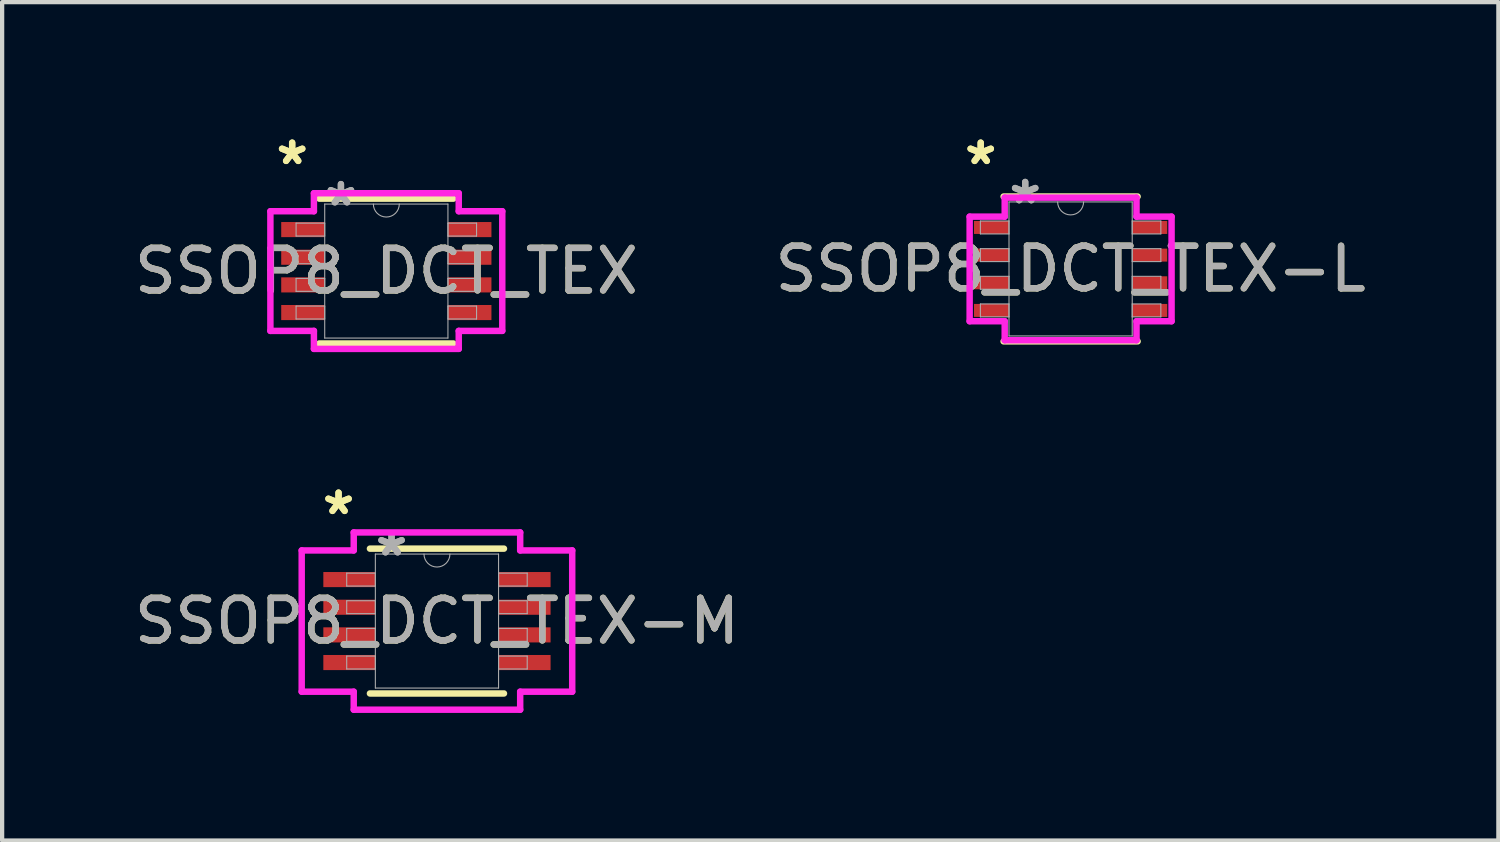
<source format=kicad_pcb>
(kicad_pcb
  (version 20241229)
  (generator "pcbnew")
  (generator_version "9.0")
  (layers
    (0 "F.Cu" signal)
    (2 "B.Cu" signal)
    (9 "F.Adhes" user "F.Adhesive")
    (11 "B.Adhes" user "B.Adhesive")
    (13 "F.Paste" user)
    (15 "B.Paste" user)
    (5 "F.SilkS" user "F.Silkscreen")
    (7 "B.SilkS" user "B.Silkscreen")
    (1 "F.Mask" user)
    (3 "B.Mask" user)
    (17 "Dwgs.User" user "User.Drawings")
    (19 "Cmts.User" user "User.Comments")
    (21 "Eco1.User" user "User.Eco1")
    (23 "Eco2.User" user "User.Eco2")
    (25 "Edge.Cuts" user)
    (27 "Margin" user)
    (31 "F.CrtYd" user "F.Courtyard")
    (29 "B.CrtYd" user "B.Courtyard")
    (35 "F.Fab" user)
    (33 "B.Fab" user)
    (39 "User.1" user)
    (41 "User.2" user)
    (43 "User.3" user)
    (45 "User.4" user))
  (footprint "SSOP8_DCT_TEX-L"
    (layer "F.Cu")
    (at 22.113 3.271)
    (property "Reference" "SSOP8_DCT_TEX-L" (at 0 0 0) (unlocked yes) (layer "F.SilkS") (effects (font (size 1 1) (thickness 0.15))))
    (attr smd)
    (fp_line (start -1.575 1.702) (end 1.575 1.702) (stroke (width 0.152) (type solid)) (layer "F.SilkS"))
    (fp_line (start 1.575 -1.702) (end -1.575 -1.702) (stroke (width 0.152) (type solid)) (layer "F.SilkS"))
    (fp_line (start -2.373 -1.229) (end -1.549 -1.229) (stroke (width 0.152) (type solid)) (layer "F.CrtYd"))
    (fp_line (start -2.373 1.229) (end -2.373 -1.229) (stroke (width 0.152) (type solid)) (layer "F.CrtYd"))
    (fp_line (start -2.373 1.229) (end -1.549 1.229) (stroke (width 0.152) (type solid)) (layer "F.CrtYd"))
    (fp_line (start -1.549 -1.676) (end 1.549 -1.676) (stroke (width 0.152) (type solid)) (layer "F.CrtYd"))
    (fp_line (start -1.549 -1.229) (end -1.549 -1.676) (stroke (width 0.152) (type solid)) (layer "F.CrtYd"))
    (fp_line (start -1.549 1.676) (end -1.549 1.229) (stroke (width 0.152) (type solid)) (layer "F.CrtYd"))
    (fp_line (start 1.549 -1.676) (end 1.549 -1.229) (stroke (width 0.152) (type solid)) (layer "F.CrtYd"))
    (fp_line (start 1.549 1.229) (end 1.549 1.676) (stroke (width 0.152) (type solid)) (layer "F.CrtYd"))
    (fp_line (start 1.549 1.676) (end -1.549 1.676) (stroke (width 0.152) (type solid)) (layer "F.CrtYd"))
    (fp_line (start 2.373 -1.229) (end 1.549 -1.229) (stroke (width 0.152) (type solid)) (layer "F.CrtYd"))
    (fp_line (start 2.373 -1.229) (end 2.373 1.229) (stroke (width 0.152) (type solid)) (layer "F.CrtYd"))
    (fp_line (start 2.373 1.229) (end 1.549 1.229) (stroke (width 0.152) (type solid)) (layer "F.CrtYd"))
    (fp_line (start -2.121 -1.127) (end -2.121 -0.823) (stroke (width 0.025) (type solid)) (layer "F.Fab"))
    (fp_line (start -2.121 -0.823) (end -1.448 -0.823) (stroke (width 0.025) (type solid)) (layer "F.Fab"))
    (fp_line (start -2.121 -0.477) (end -2.121 -0.173) (stroke (width 0.025) (type solid)) (layer "F.Fab"))
    (fp_line (start -2.121 -0.173) (end -1.448 -0.173) (stroke (width 0.025) (type solid)) (layer "F.Fab"))
    (fp_line (start -2.121 0.173) (end -2.121 0.477) (stroke (width 0.025) (type solid)) (layer "F.Fab"))
    (fp_line (start -2.121 0.477) (end -1.448 0.477) (stroke (width 0.025) (type solid)) (layer "F.Fab"))
    (fp_line (start -2.121 0.823) (end -2.121 1.127) (stroke (width 0.025) (type solid)) (layer "F.Fab"))
    (fp_line (start -2.121 1.127) (end -1.448 1.127) (stroke (width 0.025) (type solid)) (layer "F.Fab"))
    (fp_line (start -1.448 -1.575) (end -1.448 1.575) (stroke (width 0.025) (type solid)) (layer "F.Fab"))
    (fp_line (start -1.448 -1.127) (end -2.121 -1.127) (stroke (width 0.025) (type solid)) (layer "F.Fab"))
    (fp_line (start -1.448 -0.823) (end -1.448 -1.127) (stroke (width 0.025) (type solid)) (layer "F.Fab"))
    (fp_line (start -1.448 -0.477) (end -2.121 -0.477) (stroke (width 0.025) (type solid)) (layer "F.Fab"))
    (fp_line (start -1.448 -0.173) (end -1.448 -0.477) (stroke (width 0.025) (type solid)) (layer "F.Fab"))
    (fp_line (start -1.448 0.173) (end -2.121 0.173) (stroke (width 0.025) (type solid)) (layer "F.Fab"))
    (fp_line (start -1.448 0.477) (end -1.448 0.173) (stroke (width 0.025) (type solid)) (layer "F.Fab"))
    (fp_line (start -1.448 0.823) (end -2.121 0.823) (stroke (width 0.025) (type solid)) (layer "F.Fab"))
    (fp_line (start -1.448 1.127) (end -1.448 0.823) (stroke (width 0.025) (type solid)) (layer "F.Fab"))
    (fp_line (start -1.448 1.575) (end 1.448 1.575) (stroke (width 0.025) (type solid)) (layer "F.Fab"))
    (fp_line (start 1.448 -1.575) (end -1.448 -1.575) (stroke (width 0.025) (type solid)) (layer "F.Fab"))
    (fp_line (start 1.448 -1.127) (end 1.448 -0.823) (stroke (width 0.025) (type solid)) (layer "F.Fab"))
    (fp_line (start 1.448 -0.823) (end 2.121 -0.823) (stroke (width 0.025) (type solid)) (layer "F.Fab"))
    (fp_line (start 1.448 -0.477) (end 1.448 -0.173) (stroke (width 0.025) (type solid)) (layer "F.Fab"))
    (fp_line (start 1.448 -0.173) (end 2.121 -0.173) (stroke (width 0.025) (type solid)) (layer "F.Fab"))
    (fp_line (start 1.448 0.173) (end 1.448 0.477) (stroke (width 0.025) (type solid)) (layer "F.Fab"))
    (fp_line (start 1.448 0.477) (end 2.121 0.477) (stroke (width 0.025) (type solid)) (layer "F.Fab"))
    (fp_line (start 1.448 0.823) (end 1.448 1.127) (stroke (width 0.025) (type solid)) (layer "F.Fab"))
    (fp_line (start 1.448 1.127) (end 2.121 1.127) (stroke (width 0.025) (type solid)) (layer "F.Fab"))
    (fp_line (start 1.448 1.575) (end 1.448 -1.575) (stroke (width 0.025) (type solid)) (layer "F.Fab"))
    (fp_line (start 2.121 -1.127) (end 1.448 -1.127) (stroke (width 0.025) (type solid)) (layer "F.Fab"))
    (fp_line (start 2.121 -0.823) (end 2.121 -1.127) (stroke (width 0.025) (type solid)) (layer "F.Fab"))
    (fp_line (start 2.121 -0.477) (end 1.448 -0.477) (stroke (width 0.025) (type solid)) (layer "F.Fab"))
    (fp_line (start 2.121 -0.173) (end 2.121 -0.477) (stroke (width 0.025) (type solid)) (layer "F.Fab"))
    (fp_line (start 2.121 0.173) (end 1.448 0.173) (stroke (width 0.025) (type solid)) (layer "F.Fab"))
    (fp_line (start 2.121 0.477) (end 2.121 0.173) (stroke (width 0.025) (type solid)) (layer "F.Fab"))
    (fp_line (start 2.121 0.823) (end 1.448 0.823) (stroke (width 0.025) (type solid)) (layer "F.Fab"))
    (fp_line (start 2.121 1.127) (end 2.121 0.823) (stroke (width 0.025) (type solid)) (layer "F.Fab"))
    (fp_arc (start 0.3048 -1.5748) (mid 0 -1.27) (end -0.3048 -1.5748) (stroke (width 0.0254) (type solid)) (layer "F.Fab"))
    (fp_text user "*" (at -2.113 -2.423 0) (unlocked yes) (layer "F.SilkS") (effects (font (size 1 1) (thickness 0.15))))
    (fp_text user "*" (at -2.113 -2.423 0) (layer "F.SilkS") (effects (font (size 1 1) (thickness 0.15))))
    (fp_text user "${REFERENCE}" (at 0 0 0) (unlocked yes) (layer "F.Fab") (effects (font (size 1 1) (thickness 0.15))))
    (fp_text user "*" (at -1.067 -1.499 0) (unlocked yes) (layer "F.Fab") (effects (font (size 1 1) (thickness 0.15))))
    (fp_text user "*" (at -1.067 -1.499 0) (layer "F.Fab") (effects (font (size 1 1) (thickness 0.15))))
    (pad "1" smd rect (at -1.859 -0.975) (size 0.823 0.305) (layers "F.Cu" "F.Mask" "F.Paste"))
    (pad "2" smd rect (at -1.859 -0.325) (size 0.823 0.305) (layers "F.Cu" "F.Mask" "F.Paste"))
    (pad "3" smd rect (at -1.859 0.325) (size 0.823 0.305) (layers "F.Cu" "F.Mask" "F.Paste"))
    (pad "4" smd rect (at -1.859 0.975) (size 0.823 0.305) (layers "F.Cu" "F.Mask" "F.Paste"))
    (pad "5" smd rect (at 1.859 0.975) (size 0.823 0.305) (layers "F.Cu" "F.Mask" "F.Paste"))
    (pad "6" smd rect (at 1.859 0.325) (size 0.823 0.305) (layers "F.Cu" "F.Mask" "F.Paste"))
    (pad "7" smd rect (at 1.859 -0.325) (size 0.823 0.305) (layers "F.Cu" "F.Mask" "F.Paste"))
    (pad "8" smd rect (at 1.859 -0.975) (size 0.823 0.305) (layers "F.Cu" "F.Mask" "F.Paste")))
  (footprint "SSOP8_DCT_TEX-M"
    (layer "F.Cu")
    (at 7.22 11.547)
    (property "Reference" "SSOP8_DCT_TEX-M" (at 0 0 0) (unlocked yes) (layer "F.SilkS") (effects (font (size 1 1) (thickness 0.15))))
    (attr smd)
    (fp_line (start -1.575 1.702) (end 1.575 1.702) (stroke (width 0.152) (type solid)) (layer "F.SilkS"))
    (fp_line (start 1.575 -1.702) (end -1.575 -1.702) (stroke (width 0.152) (type solid)) (layer "F.SilkS"))
    (fp_line (start -3.179 -1.66) (end -1.956 -1.66) (stroke (width 0.152) (type solid)) (layer "F.CrtYd"))
    (fp_line (start -3.179 1.66) (end -3.179 -1.66) (stroke (width 0.152) (type solid)) (layer "F.CrtYd"))
    (fp_line (start -3.179 1.66) (end -1.956 1.66) (stroke (width 0.152) (type solid)) (layer "F.CrtYd"))
    (fp_line (start -1.956 -2.083) (end 1.956 -2.083) (stroke (width 0.152) (type solid)) (layer "F.CrtYd"))
    (fp_line (start -1.956 -1.66) (end -1.956 -2.083) (stroke (width 0.152) (type solid)) (layer "F.CrtYd"))
    (fp_line (start -1.956 2.083) (end -1.956 1.66) (stroke (width 0.152) (type solid)) (layer "F.CrtYd"))
    (fp_line (start 1.956 -2.083) (end 1.956 -1.66) (stroke (width 0.152) (type solid)) (layer "F.CrtYd"))
    (fp_line (start 1.956 1.66) (end 1.956 2.083) (stroke (width 0.152) (type solid)) (layer "F.CrtYd"))
    (fp_line (start 1.956 2.083) (end -1.956 2.083) (stroke (width 0.152) (type solid)) (layer "F.CrtYd"))
    (fp_line (start 3.179 -1.66) (end 1.956 -1.66) (stroke (width 0.152) (type solid)) (layer "F.CrtYd"))
    (fp_line (start 3.179 -1.66) (end 3.179 1.66) (stroke (width 0.152) (type solid)) (layer "F.CrtYd"))
    (fp_line (start 3.179 1.66) (end 1.956 1.66) (stroke (width 0.152) (type solid)) (layer "F.CrtYd"))
    (fp_line (start -2.121 -1.127) (end -2.121 -0.823) (stroke (width 0.025) (type solid)) (layer "F.Fab"))
    (fp_line (start -2.121 -0.823) (end -1.448 -0.823) (stroke (width 0.025) (type solid)) (layer "F.Fab"))
    (fp_line (start -2.121 -0.477) (end -2.121 -0.173) (stroke (width 0.025) (type solid)) (layer "F.Fab"))
    (fp_line (start -2.121 -0.173) (end -1.448 -0.173) (stroke (width 0.025) (type solid)) (layer "F.Fab"))
    (fp_line (start -2.121 0.173) (end -2.121 0.477) (stroke (width 0.025) (type solid)) (layer "F.Fab"))
    (fp_line (start -2.121 0.477) (end -1.448 0.477) (stroke (width 0.025) (type solid)) (layer "F.Fab"))
    (fp_line (start -2.121 0.823) (end -2.121 1.127) (stroke (width 0.025) (type solid)) (layer "F.Fab"))
    (fp_line (start -2.121 1.127) (end -1.448 1.127) (stroke (width 0.025) (type solid)) (layer "F.Fab"))
    (fp_line (start -1.448 -1.575) (end -1.448 1.575) (stroke (width 0.025) (type solid)) (layer "F.Fab"))
    (fp_line (start -1.448 -1.127) (end -2.121 -1.127) (stroke (width 0.025) (type solid)) (layer "F.Fab"))
    (fp_line (start -1.448 -0.823) (end -1.448 -1.127) (stroke (width 0.025) (type solid)) (layer "F.Fab"))
    (fp_line (start -1.448 -0.477) (end -2.121 -0.477) (stroke (width 0.025) (type solid)) (layer "F.Fab"))
    (fp_line (start -1.448 -0.173) (end -1.448 -0.477) (stroke (width 0.025) (type solid)) (layer "F.Fab"))
    (fp_line (start -1.448 0.173) (end -2.121 0.173) (stroke (width 0.025) (type solid)) (layer "F.Fab"))
    (fp_line (start -1.448 0.477) (end -1.448 0.173) (stroke (width 0.025) (type solid)) (layer "F.Fab"))
    (fp_line (start -1.448 0.823) (end -2.121 0.823) (stroke (width 0.025) (type solid)) (layer "F.Fab"))
    (fp_line (start -1.448 1.127) (end -1.448 0.823) (stroke (width 0.025) (type solid)) (layer "F.Fab"))
    (fp_line (start -1.448 1.575) (end 1.448 1.575) (stroke (width 0.025) (type solid)) (layer "F.Fab"))
    (fp_line (start 1.448 -1.575) (end -1.448 -1.575) (stroke (width 0.025) (type solid)) (layer "F.Fab"))
    (fp_line (start 1.448 -1.127) (end 1.448 -0.823) (stroke (width 0.025) (type solid)) (layer "F.Fab"))
    (fp_line (start 1.448 -0.823) (end 2.121 -0.823) (stroke (width 0.025) (type solid)) (layer "F.Fab"))
    (fp_line (start 1.448 -0.477) (end 1.448 -0.173) (stroke (width 0.025) (type solid)) (layer "F.Fab"))
    (fp_line (start 1.448 -0.173) (end 2.121 -0.173) (stroke (width 0.025) (type solid)) (layer "F.Fab"))
    (fp_line (start 1.448 0.173) (end 1.448 0.477) (stroke (width 0.025) (type solid)) (layer "F.Fab"))
    (fp_line (start 1.448 0.477) (end 2.121 0.477) (stroke (width 0.025) (type solid)) (layer "F.Fab"))
    (fp_line (start 1.448 0.823) (end 1.448 1.127) (stroke (width 0.025) (type solid)) (layer "F.Fab"))
    (fp_line (start 1.448 1.127) (end 2.121 1.127) (stroke (width 0.025) (type solid)) (layer "F.Fab"))
    (fp_line (start 1.448 1.575) (end 1.448 -1.575) (stroke (width 0.025) (type solid)) (layer "F.Fab"))
    (fp_line (start 2.121 -1.127) (end 1.448 -1.127) (stroke (width 0.025) (type solid)) (layer "F.Fab"))
    (fp_line (start 2.121 -0.823) (end 2.121 -1.127) (stroke (width 0.025) (type solid)) (layer "F.Fab"))
    (fp_line (start 2.121 -0.477) (end 1.448 -0.477) (stroke (width 0.025) (type solid)) (layer "F.Fab"))
    (fp_line (start 2.121 -0.173) (end 2.121 -0.477) (stroke (width 0.025) (type solid)) (layer "F.Fab"))
    (fp_line (start 2.121 0.173) (end 1.448 0.173) (stroke (width 0.025) (type solid)) (layer "F.Fab"))
    (fp_line (start 2.121 0.477) (end 2.121 0.173) (stroke (width 0.025) (type solid)) (layer "F.Fab"))
    (fp_line (start 2.121 0.823) (end 1.448 0.823) (stroke (width 0.025) (type solid)) (layer "F.Fab"))
    (fp_line (start 2.121 1.127) (end 2.121 0.823) (stroke (width 0.025) (type solid)) (layer "F.Fab"))
    (fp_arc (start 0.3048 -1.5748) (mid 0 -1.27) (end -0.3048 -1.5748) (stroke (width 0.0254) (type solid)) (layer "F.Fab"))
    (fp_text user "*" (at -2.313 -2.473 0) (layer "F.SilkS") (effects (font (size 1 1) (thickness 0.15))))
    (fp_text user "*" (at -2.313 -2.473 0) (unlocked yes) (layer "F.SilkS") (effects (font (size 1 1) (thickness 0.15))))
    (fp_text user "${REFERENCE}" (at 0 0 0) (unlocked yes) (layer "F.Fab") (effects (font (size 1 1) (thickness 0.15))))
    (fp_text user "*" (at -1.067 -1.499 0) (unlocked yes) (layer "F.Fab") (effects (font (size 1 1) (thickness 0.15))))
    (fp_text user "*" (at -1.067 -1.499 0) (layer "F.Fab") (effects (font (size 1 1) (thickness 0.15))))
    (pad "1" smd rect (at -2.059 -0.975) (size 1.223 0.355) (layers "F.Cu" "F.Mask" "F.Paste"))
    (pad "2" smd rect (at -2.059 -0.325) (size 1.223 0.355) (layers "F.Cu" "F.Mask" "F.Paste"))
    (pad "3" smd rect (at -2.059 0.325) (size 1.223 0.355) (layers "F.Cu" "F.Mask" "F.Paste"))
    (pad "4" smd rect (at -2.059 0.975) (size 1.223 0.355) (layers "F.Cu" "F.Mask" "F.Paste"))
    (pad "5" smd rect (at 2.059 0.975) (size 1.223 0.355) (layers "F.Cu" "F.Mask" "F.Paste"))
    (pad "6" smd rect (at 2.059 0.325) (size 1.223 0.355) (layers "F.Cu" "F.Mask" "F.Paste"))
    (pad "7" smd rect (at 2.059 -0.325) (size 1.223 0.355) (layers "F.Cu" "F.Mask" "F.Paste"))
    (pad "8" smd rect (at 2.059 -0.975) (size 1.223 0.355) (layers "F.Cu" "F.Mask" "F.Paste")))
  (footprint "SSOP8_DCT_TEX"
    (layer "F.Cu")
    (at 6.03 3.321)
    (property "Reference" "SSOP8_DCT_TEX" (at 0 0 0) (unlocked yes) (layer "F.SilkS") (effects (font (size 1 1) (thickness 0.15))))
    (attr smd)
    (fp_line (start -1.575 1.702) (end 1.575 1.702) (stroke (width 0.152) (type solid)) (layer "F.SilkS"))
    (fp_line (start 1.575 -1.702) (end -1.575 -1.702) (stroke (width 0.152) (type solid)) (layer "F.SilkS"))
    (fp_line (start -2.725 -1.406) (end -1.702 -1.406) (stroke (width 0.152) (type solid)) (layer "F.CrtYd"))
    (fp_line (start -2.725 1.406) (end -2.725 -1.406) (stroke (width 0.152) (type solid)) (layer "F.CrtYd"))
    (fp_line (start -2.725 1.406) (end -1.702 1.406) (stroke (width 0.152) (type solid)) (layer "F.CrtYd"))
    (fp_line (start -1.702 -1.829) (end 1.702 -1.829) (stroke (width 0.152) (type solid)) (layer "F.CrtYd"))
    (fp_line (start -1.702 -1.406) (end -1.702 -1.829) (stroke (width 0.152) (type solid)) (layer "F.CrtYd"))
    (fp_line (start -1.702 1.829) (end -1.702 1.406) (stroke (width 0.152) (type solid)) (layer "F.CrtYd"))
    (fp_line (start 1.702 -1.829) (end 1.702 -1.406) (stroke (width 0.152) (type solid)) (layer "F.CrtYd"))
    (fp_line (start 1.702 1.406) (end 1.702 1.829) (stroke (width 0.152) (type solid)) (layer "F.CrtYd"))
    (fp_line (start 1.702 1.829) (end -1.702 1.829) (stroke (width 0.152) (type solid)) (layer "F.CrtYd"))
    (fp_line (start 2.725 -1.406) (end 1.702 -1.406) (stroke (width 0.152) (type solid)) (layer "F.CrtYd"))
    (fp_line (start 2.725 -1.406) (end 2.725 1.406) (stroke (width 0.152) (type solid)) (layer "F.CrtYd"))
    (fp_line (start 2.725 1.406) (end 1.702 1.406) (stroke (width 0.152) (type solid)) (layer "F.CrtYd"))
    (fp_line (start -2.121 -1.127) (end -2.121 -0.823) (stroke (width 0.025) (type solid)) (layer "F.Fab"))
    (fp_line (start -2.121 -0.823) (end -1.448 -0.823) (stroke (width 0.025) (type solid)) (layer "F.Fab"))
    (fp_line (start -2.121 -0.477) (end -2.121 -0.173) (stroke (width 0.025) (type solid)) (layer "F.Fab"))
    (fp_line (start -2.121 -0.173) (end -1.448 -0.173) (stroke (width 0.025) (type solid)) (layer "F.Fab"))
    (fp_line (start -2.121 0.173) (end -2.121 0.477) (stroke (width 0.025) (type solid)) (layer "F.Fab"))
    (fp_line (start -2.121 0.477) (end -1.448 0.477) (stroke (width 0.025) (type solid)) (layer "F.Fab"))
    (fp_line (start -2.121 0.823) (end -2.121 1.127) (stroke (width 0.025) (type solid)) (layer "F.Fab"))
    (fp_line (start -2.121 1.127) (end -1.448 1.127) (stroke (width 0.025) (type solid)) (layer "F.Fab"))
    (fp_line (start -1.448 -1.575) (end -1.448 1.575) (stroke (width 0.025) (type solid)) (layer "F.Fab"))
    (fp_line (start -1.448 -1.127) (end -2.121 -1.127) (stroke (width 0.025) (type solid)) (layer "F.Fab"))
    (fp_line (start -1.448 -0.823) (end -1.448 -1.127) (stroke (width 0.025) (type solid)) (layer "F.Fab"))
    (fp_line (start -1.448 -0.477) (end -2.121 -0.477) (stroke (width 0.025) (type solid)) (layer "F.Fab"))
    (fp_line (start -1.448 -0.173) (end -1.448 -0.477) (stroke (width 0.025) (type solid)) (layer "F.Fab"))
    (fp_line (start -1.448 0.173) (end -2.121 0.173) (stroke (width 0.025) (type solid)) (layer "F.Fab"))
    (fp_line (start -1.448 0.477) (end -1.448 0.173) (stroke (width 0.025) (type solid)) (layer "F.Fab"))
    (fp_line (start -1.448 0.823) (end -2.121 0.823) (stroke (width 0.025) (type solid)) (layer "F.Fab"))
    (fp_line (start -1.448 1.127) (end -1.448 0.823) (stroke (width 0.025) (type solid)) (layer "F.Fab"))
    (fp_line (start -1.448 1.575) (end 1.448 1.575) (stroke (width 0.025) (type solid)) (layer "F.Fab"))
    (fp_line (start 1.448 -1.575) (end -1.448 -1.575) (stroke (width 0.025) (type solid)) (layer "F.Fab"))
    (fp_line (start 1.448 -1.127) (end 1.448 -0.823) (stroke (width 0.025) (type solid)) (layer "F.Fab"))
    (fp_line (start 1.448 -0.823) (end 2.121 -0.823) (stroke (width 0.025) (type solid)) (layer "F.Fab"))
    (fp_line (start 1.448 -0.477) (end 1.448 -0.173) (stroke (width 0.025) (type solid)) (layer "F.Fab"))
    (fp_line (start 1.448 -0.173) (end 2.121 -0.173) (stroke (width 0.025) (type solid)) (layer "F.Fab"))
    (fp_line (start 1.448 0.173) (end 1.448 0.477) (stroke (width 0.025) (type solid)) (layer "F.Fab"))
    (fp_line (start 1.448 0.477) (end 2.121 0.477) (stroke (width 0.025) (type solid)) (layer "F.Fab"))
    (fp_line (start 1.448 0.823) (end 1.448 1.127) (stroke (width 0.025) (type solid)) (layer "F.Fab"))
    (fp_line (start 1.448 1.127) (end 2.121 1.127) (stroke (width 0.025) (type solid)) (layer "F.Fab"))
    (fp_line (start 1.448 1.575) (end 1.448 -1.575) (stroke (width 0.025) (type solid)) (layer "F.Fab"))
    (fp_line (start 2.121 -1.127) (end 1.448 -1.127) (stroke (width 0.025) (type solid)) (layer "F.Fab"))
    (fp_line (start 2.121 -0.823) (end 2.121 -1.127) (stroke (width 0.025) (type solid)) (layer "F.Fab"))
    (fp_line (start 2.121 -0.477) (end 1.448 -0.477) (stroke (width 0.025) (type solid)) (layer "F.Fab"))
    (fp_line (start 2.121 -0.173) (end 2.121 -0.477) (stroke (width 0.025) (type solid)) (layer "F.Fab"))
    (fp_line (start 2.121 0.173) (end 1.448 0.173) (stroke (width 0.025) (type solid)) (layer "F.Fab"))
    (fp_line (start 2.121 0.477) (end 2.121 0.173) (stroke (width 0.025) (type solid)) (layer "F.Fab"))
    (fp_line (start 2.121 0.823) (end 1.448 0.823) (stroke (width 0.025) (type solid)) (layer "F.Fab"))
    (fp_line (start 2.121 1.127) (end 2.121 0.823) (stroke (width 0.025) (type solid)) (layer "F.Fab"))
    (fp_arc (start 0.3048 -1.5748) (mid 0 -1.27) (end -0.3048 -1.5748) (stroke (width 0.0254) (type solid)) (layer "F.Fab"))
    (fp_text user "*" (at -2.213 -2.473 0) (layer "F.SilkS") (effects (font (size 1 1) (thickness 0.15))))
    (fp_text user "*" (at -2.213 -2.473 0) (unlocked yes) (layer "F.SilkS") (effects (font (size 1 1) (thickness 0.15))))
    (fp_text user "*" (at -1.067 -1.499 0) (layer "F.Fab") (effects (font (size 1 1) (thickness 0.15))))
    (fp_text user "*" (at -1.067 -1.499 0) (unlocked yes) (layer "F.Fab") (effects (font (size 1 1) (thickness 0.15))))
    (fp_text user "${REFERENCE}" (at 0 0 0) (unlocked yes) (layer "F.Fab") (effects (font (size 1 1) (thickness 0.15))))
    (pad "1" smd rect (at -1.959 -0.975) (size 1.023 0.355) (layers "F.Cu" "F.Mask" "F.Paste"))
    (pad "2" smd rect (at -1.959 -0.325) (size 1.023 0.355) (layers "F.Cu" "F.Mask" "F.Paste"))
    (pad "3" smd rect (at -1.959 0.325) (size 1.023 0.355) (layers "F.Cu" "F.Mask" "F.Paste"))
    (pad "4" smd rect (at -1.959 0.975) (size 1.023 0.355) (layers "F.Cu" "F.Mask" "F.Paste"))
    (pad "5" smd rect (at 1.959 0.975) (size 1.023 0.355) (layers "F.Cu" "F.Mask" "F.Paste"))
    (pad "6" smd rect (at 1.959 0.325) (size 1.023 0.355) (layers "F.Cu" "F.Mask" "F.Paste"))
    (pad "7" smd rect (at 1.959 -0.325) (size 1.023 0.355) (layers "F.Cu" "F.Mask" "F.Paste"))
    (pad "8" smd rect (at 1.959 -0.975) (size 1.023 0.355) (layers "F.Cu" "F.Mask" "F.Paste")))
  (gr_rect
    (start -3 -3)
    (end 32.167 16.706)
    (stroke (width 0.1) (type default))
    (fill no)
    (layer "Edge.Cuts")))
</source>
